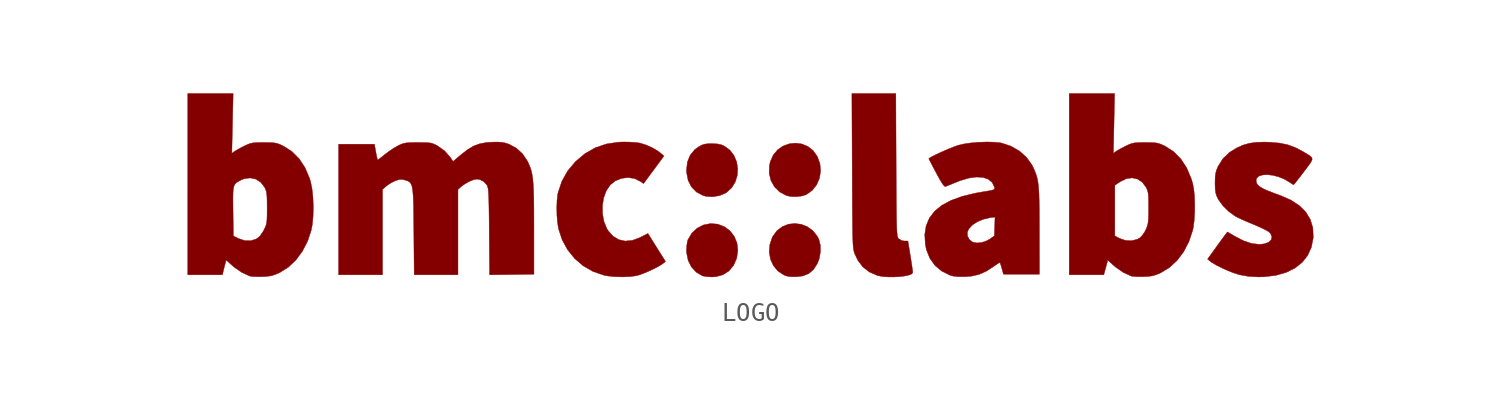
<source format=kicad_sym>
(kicad_symbol_lib
  (version 20220914)
  (generator bitmap2component)
  (symbol "LOGO"
    (pin_names
      (offset 1.016))
    (property "Reference" "#G"
      (at 0 4.289 0)
      (effects (font (size 1.27 1.27)) hide))
    (symbol "LOGO_0_0"
      (polyline (pts (xy -25.999 -4.844) (xy -25.769 -4.833) (xy -25.532 -4.801) (xy -25.319 -4.739) (xy -25.076 -4.636) (xy -25.045 -4.62) (xy -24.597 -4.338) (xy -24.195 -3.957) (xy -23.85 -3.492) (xy -23.574 -2.959) (xy -23.379 -2.372) (xy -23.321 -2.065) (xy -23.278 -1.613) (xy -23.267 -1.118) (xy -23.286 -0.621) (xy -23.335 -0.16) (xy -23.413 0.224) (xy -23.471 0.413) (xy -23.709 0.971) (xy -24.024 1.447) (xy -24.409 1.832) (xy -24.858 2.12) (xy -24.918 2.149) (xy -25.085 2.225) (xy -25.233 2.272) (xy -25.397 2.299) (xy -25.61 2.309) (xy -25.909 2.312) (xy -26.014 2.312) (xy -26.282 2.307) (xy -26.476 2.292) (xy -26.63 2.26) (xy -26.78 2.204) (xy -26.961 2.119) (xy -27.176 2.008) (xy -27.363 1.904) (xy -27.482 1.829) (xy -27.613 1.733) (xy -27.578 3.328) (xy -27.543 4.924) (xy -28.753 4.924) (xy -29.964 4.924) (xy -29.964 0.09) (xy -29.964 -0.665) (xy -27.554 -0.665) (xy -27.549 -0.377) (xy -27.532 -0.166) (xy -27.499 -0.016) (xy -27.447 0.091) (xy -27.37 0.169) (xy -27.266 0.235) (xy -27.129 0.307) (xy -26.951 0.379) (xy -26.631 0.422) (xy -26.33 0.357) (xy -26.069 0.19) (xy -25.868 -0.073) (xy -25.825 -0.159) (xy -25.782 -0.272) (xy -25.755 -0.405) (xy -25.739 -0.583) (xy -25.732 -0.832) (xy -25.73 -1.175) (xy -25.73 -1.277) (xy -25.732 -1.586) (xy -25.74 -1.809) (xy -25.758 -1.972) (xy -25.789 -2.102) (xy -25.839 -2.226) (xy -25.91 -2.369) (xy -25.95 -2.443) (xy -26.118 -2.685) (xy -26.3 -2.831) (xy -26.595 -2.927) (xy -26.928 -2.92) (xy -27.264 -2.807) (xy -27.532 -2.672) (xy -27.548 -1.357) (xy -27.552 -1.046) (xy -27.554 -0.665) (xy -29.964 -0.665) (xy -29.964 -4.744) (xy -29.039 -4.744) (xy -28.115 -4.744) (xy -28.075 -4.579) (xy -28.072 -4.564) (xy -28.027 -4.384) (xy -27.976 -4.186) (xy -27.916 -3.958) (xy -27.607 -4.235) (xy -27.485 -4.34) (xy -27.073 -4.624) (xy -26.661 -4.811) (xy -26.635 -4.818) (xy -26.48 -4.837) (xy -26.255 -4.846) (xy -25.999 -4.844)) (stroke (width 0.01) (type default)) (fill (type outline)))
      (polyline (pts (xy -6.381 -4.841) (xy -6.053 -4.798) (xy -5.934 -4.768) (xy -5.673 -4.676) (xy -5.373 -4.552) (xy -5.073 -4.411) (xy -4.812 -4.272) (xy -4.627 -4.151) (xy -4.481 -4.036) (xy -4.951 -3.287) (xy -5.42 -2.539) (xy -5.807 -2.741) (xy -5.849 -2.762) (xy -6.253 -2.91) (xy -6.632 -2.946) (xy -6.979 -2.869) (xy -7.286 -2.681) (xy -7.547 -2.385) (xy -7.612 -2.278) (xy -7.765 -1.903) (xy -7.842 -1.484) (xy -7.846 -1.052) (xy -7.777 -0.633) (xy -7.637 -0.256) (xy -7.428 0.05) (xy -7.16 0.263) (xy -6.83 0.399) (xy -6.477 0.442) (xy -6.129 0.388) (xy -5.815 0.233) (xy -5.654 0.119) (xy -5.109 0.855) (xy -4.565 1.591) (xy -4.759 1.759) (xy -4.873 1.846) (xy -5.168 2.023) (xy -5.505 2.175) (xy -5.831 2.278) (xy -5.891 2.29) (xy -6.107 2.315) (xy -6.38 2.333) (xy -6.667 2.34) (xy -6.997 2.33) (xy -7.645 2.231) (xy -8.237 2.027) (xy -8.781 1.715) (xy -9.283 1.293) (xy -9.299 1.277) (xy -9.706 0.787) (xy -10.012 0.237) (xy -10.211 -0.36) (xy -10.226 -0.43) (xy -10.266 -0.763) (xy -10.281 -1.159) (xy -10.272 -1.577) (xy -10.239 -1.973) (xy -10.183 -2.305) (xy -9.997 -2.872) (xy -9.706 -3.409) (xy -9.327 -3.878) (xy -8.871 -4.268) (xy -8.349 -4.568) (xy -7.77 -4.768) (xy -7.565 -4.807) (xy -7.188 -4.845) (xy -6.777 -4.857) (xy -6.381 -4.841)) (stroke (width 0.01) (type default)) (fill (type outline)))
      (polyline (pts (xy -1.799 -4.848) (xy -1.418 -4.745) (xy -1.099 -4.542) (xy -0.852 -4.247) (xy -0.686 -3.867) (xy -0.682 -3.853) (xy -0.623 -3.446) (xy -0.668 -3.058) (xy -0.808 -2.707) (xy -1.034 -2.408) (xy -1.335 -2.181) (xy -1.702 -2.043) (xy -2.077 -2.012) (xy -2.455 -2.086) (xy -2.795 -2.259) (xy -3.077 -2.523) (xy -3.282 -2.865) (xy -3.316 -2.981) (xy -3.349 -3.199) (xy -3.362 -3.436) (xy -3.357 -3.573) (xy -3.274 -3.977) (xy -3.1 -4.326) (xy -2.846 -4.605) (xy -2.52 -4.797) (xy -2.431 -4.821) (xy -2.237 -4.848) (xy -2.015 -4.86) (xy -1.799 -4.848)) (stroke (width 0.01) (type default)) (fill (type outline)))
      (polyline (pts (xy 2.84 -4.807) (xy 3.158 -4.682) (xy 3.411 -4.466) (xy 3.618 -4.147) (xy 3.72 -3.879) (xy 3.781 -3.523) (xy 3.777 -3.169) (xy 3.702 -2.865) (xy 3.614 -2.689) (xy 3.382 -2.396) (xy 3.093 -2.184) (xy 2.766 -2.054) (xy 2.421 -2.008) (xy 2.076 -2.047) (xy 1.753 -2.173) (xy 1.469 -2.387) (xy 1.244 -2.69) (xy 1.208 -2.761) (xy 1.079 -3.148) (xy 1.051 -3.54) (xy 1.118 -3.917) (xy 1.274 -4.259) (xy 1.514 -4.545) (xy 1.831 -4.755) (xy 1.994 -4.815) (xy 2.212 -4.849) (xy 2.503 -4.85) (xy 2.84 -4.807)) (stroke (width 0.01) (type default)) (fill (type outline)))
      (polyline (pts (xy 7.996 -4.844) (xy 8.272 -4.81) (xy 8.498 -4.762) (xy 8.651 -4.7) (xy 8.708 -4.628) (xy 8.708 -4.618) (xy 8.695 -4.505) (xy 8.667 -4.304) (xy 8.627 -4.04) (xy 8.579 -3.738) (xy 8.448 -2.942) (xy 8.257 -2.942) (xy 8.119 -2.921) (xy 7.951 -2.816) (xy 7.946 -2.811) (xy 7.923 -2.78) (xy 7.904 -2.736) (xy 7.888 -2.672) (xy 7.874 -2.577) (xy 7.863 -2.443) (xy 7.853 -2.261) (xy 7.846 -2.022) (xy 7.84 -1.717) (xy 7.835 -1.336) (xy 7.83 -0.872) (xy 7.827 -0.314) (xy 7.823 0.346) (xy 7.82 1.117) (xy 7.803 4.924) (xy 6.632 4.924) (xy 5.46 4.924) (xy 5.477 0.796) (xy 5.479 0.494) (xy 5.482 -0.269) (xy 5.485 -0.924) (xy 5.488 -1.481) (xy 5.492 -1.947) (xy 5.497 -2.333) (xy 5.503 -2.647) (xy 5.511 -2.899) (xy 5.52 -3.097) (xy 5.531 -3.251) (xy 5.545 -3.369) (xy 5.561 -3.461) (xy 5.581 -3.535) (xy 5.604 -3.601) (xy 5.63 -3.668) (xy 5.779 -3.976) (xy 6.047 -4.329) (xy 6.389 -4.594) (xy 6.815 -4.78) (xy 6.864 -4.794) (xy 7.104 -4.838) (xy 7.389 -4.859) (xy 7.694 -4.861) (xy 7.996 -4.844)) (stroke (width 0.01) (type default)) (fill (type outline)))
      (polyline (pts (xy 11.857 -4.816) (xy 12.257 -4.721) (xy 12.638 -4.549) (xy 13.04 -4.287) (xy 13.18 -4.188) (xy 13.302 -4.112) (xy 13.357 -4.091) (xy 13.37 -4.121) (xy 13.41 -4.24) (xy 13.461 -4.413) (xy 13.545 -4.714) (xy 14.503 -4.714) (xy 15.462 -4.714) (xy 15.46 -2.372) (xy 15.459 -1.854) (xy 15.457 -1.299) (xy 15.45 -0.84) (xy 15.44 -0.463) (xy 15.423 -0.155) (xy 15.399 0.097) (xy 15.366 0.308) (xy 15.322 0.491) (xy 15.268 0.659) (xy 15.201 0.826) (xy 15.119 1.005) (xy 15.05 1.138) (xy 14.761 1.533) (xy 14.385 1.864) (xy 13.939 2.119) (xy 13.442 2.283) (xy 13.383 2.295) (xy 13.065 2.329) (xy 12.675 2.339) (xy 12.251 2.325) (xy 11.829 2.291) (xy 11.446 2.236) (xy 11.139 2.165) (xy 10.953 2.101) (xy 10.709 2.006) (xy 10.443 1.894) (xy 10.177 1.776) (xy 9.934 1.662) (xy 9.735 1.562) (xy 9.603 1.486) (xy 9.561 1.444) (xy 9.566 1.435) (xy 9.614 1.343) (xy 9.704 1.172) (xy 9.825 0.941) (xy 9.968 0.671) (xy 10.019 0.575) (xy 10.182 0.283) (xy 10.303 0.09) (xy 10.39 -0.014) (xy 10.448 -0.037) (xy 10.487 -0.023) (xy 10.628 0.032) (xy 10.833 0.115) (xy 11.075 0.214) (xy 11.256 0.284) (xy 11.708 0.416) (xy 12.113 0.47) (xy 12.46 0.447) (xy 12.74 0.35) (xy 12.943 0.18) (xy 13.059 -0.063) (xy 13.071 -0.121) (xy 13.063 -0.17) (xy 13.013 -0.208) (xy 12.902 -0.24) (xy 12.71 -0.277) (xy 12.418 -0.324) (xy 12.051 -0.389) (xy 11.344 -0.56) (xy 10.746 -0.777) (xy 10.257 -1.04) (xy 9.874 -1.352) (xy 9.596 -1.714) (xy 9.421 -2.126) (xy 9.367 -2.473) (xy 11.617 -2.473) (xy 11.696 -2.295) (xy 11.882 -2.095) (xy 12.146 -1.92) (xy 12.466 -1.784) (xy 12.817 -1.702) (xy 13.095 -1.664) (xy 13.078 -2.166) (xy 13.06 -2.667) (xy 12.812 -2.841) (xy 12.684 -2.917) (xy 12.412 -3.016) (xy 12.138 -3.048) (xy 11.908 -3.005) (xy 11.905 -3.004) (xy 11.731 -2.872) (xy 11.627 -2.681) (xy 11.617 -2.473) (xy 9.367 -2.473) (xy 9.348 -2.591) (xy 9.375 -3.11) (xy 9.434 -3.404) (xy 9.614 -3.859) (xy 9.888 -4.243) (xy 10.249 -4.548) (xy 10.694 -4.769) (xy 10.867 -4.816) (xy 11.14 -4.846) (xy 11.499 -4.846) (xy 11.857 -4.816)) (stroke (width 0.01) (type default)) (fill (type outline)))
      (polyline (pts (xy 21.018 -4.844) (xy 21.248 -4.833) (xy 21.485 -4.801) (xy 21.698 -4.739) (xy 21.941 -4.636) (xy 21.944 -4.634) (xy 22.403 -4.354) (xy 22.812 -3.974) (xy 23.161 -3.508) (xy 23.44 -2.969) (xy 23.638 -2.37) (xy 23.669 -2.227) (xy 23.716 -1.865) (xy 23.742 -1.444) (xy 23.748 -0.999) (xy 23.733 -0.567) (xy 23.697 -0.182) (xy 23.64 0.12) (xy 23.56 0.385) (xy 23.316 0.96) (xy 23 1.442) (xy 22.616 1.829) (xy 22.164 2.118) (xy 22.101 2.148) (xy 21.932 2.224) (xy 21.783 2.272) (xy 21.62 2.299) (xy 21.406 2.31) (xy 21.108 2.312) (xy 21.003 2.312) (xy 20.735 2.307) (xy 20.541 2.292) (xy 20.387 2.26) (xy 20.237 2.204) (xy 20.056 2.119) (xy 20.056 2.119) (xy 19.841 2.008) (xy 19.655 1.905) (xy 19.536 1.83) (xy 19.407 1.734) (xy 19.44 3.329) (xy 19.473 4.924) (xy 18.263 4.924) (xy 17.053 4.924) (xy 17.053 0.09) (xy 17.053 0.03) (xy 19.485 0.03) (xy 19.777 0.225) (xy 20.087 0.377) (xy 20.401 0.425) (xy 20.692 0.363) (xy 20.947 0.196) (xy 21.149 -0.073) (xy 21.192 -0.157) (xy 21.234 -0.27) (xy 21.262 -0.403) (xy 21.278 -0.581) (xy 21.285 -0.828) (xy 21.287 -1.171) (xy 21.286 -1.413) (xy 21.28 -1.693) (xy 21.267 -1.898) (xy 21.242 -2.054) (xy 21.202 -2.189) (xy 21.143 -2.329) (xy 21.078 -2.455) (xy 20.947 -2.646) (xy 20.819 -2.775) (xy 20.678 -2.853) (xy 20.381 -2.926) (xy 20.061 -2.913) (xy 19.756 -2.811) (xy 19.485 -2.672) (xy 19.485 -1.321) (xy 19.485 0.03) (xy 17.053 0.03) (xy 17.053 -4.744) (xy 17.975 -4.744) (xy 18.897 -4.744) (xy 19.003 -4.354) (xy 19.108 -3.964) (xy 19.414 -4.239) (xy 19.537 -4.344) (xy 19.946 -4.625) (xy 20.356 -4.811) (xy 20.382 -4.818) (xy 20.537 -4.837) (xy 20.762 -4.846) (xy 21.018 -4.844)) (stroke (width 0.01) (type default)) (fill (type outline)))
      (polyline (pts (xy 27.461 -4.851) (xy 28.082 -4.774) (xy 28.629 -4.617) (xy 29.096 -4.385) (xy 29.479 -4.082) (xy 29.771 -3.712) (xy 29.968 -3.277) (xy 30.064 -2.783) (xy 30.068 -2.735) (xy 30.046 -2.242) (xy 29.913 -1.797) (xy 29.672 -1.4) (xy 29.323 -1.052) (xy 28.867 -0.755) (xy 28.305 -0.511) (xy 27.988 -0.396) (xy 27.638 -0.26) (xy 27.381 -0.144) (xy 27.204 -0.038) (xy 27.094 0.064) (xy 27.037 0.172) (xy 27.021 0.293) (xy 27.054 0.414) (xy 27.177 0.522) (xy 27.375 0.582) (xy 27.628 0.595) (xy 27.918 0.561) (xy 28.223 0.481) (xy 28.527 0.357) (xy 28.808 0.19) (xy 28.838 0.169) (xy 28.957 0.091) (xy 29.02 0.06) (xy 29.03 0.068) (xy 29.1 0.148) (xy 29.222 0.301) (xy 29.384 0.509) (xy 29.571 0.755) (xy 29.638 0.845) (xy 29.828 1.097) (xy 29.951 1.275) (xy 30.008 1.401) (xy 29.997 1.496) (xy 29.918 1.581) (xy 29.772 1.677) (xy 29.558 1.805) (xy 29.139 2.03) (xy 28.719 2.187) (xy 28.266 2.282) (xy 27.74 2.327) (xy 27.462 2.335) (xy 27.029 2.322) (xy 26.662 2.27) (xy 26.328 2.174) (xy 25.993 2.028) (xy 25.6 1.785) (xy 25.247 1.444) (xy 24.988 1.03) (xy 24.983 1.018) (xy 24.904 0.828) (xy 24.858 0.649) (xy 24.835 0.438) (xy 24.83 0.15) (xy 24.83 0.082) (xy 24.838 -0.178) (xy 24.862 -0.367) (xy 24.91 -0.525) (xy 24.99 -0.693) (xy 25.02 -0.748) (xy 25.249 -1.06) (xy 25.551 -1.36) (xy 25.893 -1.611) (xy 25.899 -1.615) (xy 26.047 -1.692) (xy 26.274 -1.799) (xy 26.552 -1.921) (xy 26.85 -2.045) (xy 26.884 -2.059) (xy 27.169 -2.181) (xy 27.422 -2.3) (xy 27.616 -2.401) (xy 27.723 -2.473) (xy 27.798 -2.558) (xy 27.863 -2.725) (xy 27.824 -2.879) (xy 27.692 -3.005) (xy 27.479 -3.091) (xy 27.196 -3.123) (xy 26.786 -3.075) (xy 26.34 -2.926) (xy 25.855 -2.672) (xy 25.852 -2.67) (xy 25.675 -2.565) (xy 25.545 -2.49) (xy 25.49 -2.462) (xy 25.48 -2.473) (xy 25.413 -2.559) (xy 25.294 -2.717) (xy 25.137 -2.932) (xy 24.953 -3.185) (xy 24.431 -3.908) (xy 24.57 -4.024) (xy 24.664 -4.092) (xy 24.899 -4.231) (xy 25.196 -4.381) (xy 25.521 -4.526) (xy 25.84 -4.651) (xy 26.121 -4.739) (xy 26.125 -4.741) (xy 26.605 -4.828) (xy 27.141 -4.859) (xy 27.461 -4.851)) (stroke (width 0.01) (type default)) (fill (type outline)))
      (polyline (pts (xy -12.682 -4.73) (xy -11.499 -4.714) (xy -11.499 -2.282) (xy -11.5 -1.758) (xy -11.502 -1.168) (xy -11.508 -0.675) (xy -11.519 -0.268) (xy -11.535 0.066) (xy -11.558 0.341) (xy -11.589 0.568) (xy -11.629 0.761) (xy -11.679 0.931) (xy -11.741 1.093) (xy -11.815 1.257) (xy -11.843 1.315) (xy -12.102 1.703) (xy -12.435 2.01) (xy -12.826 2.22) (xy -12.847 2.228) (xy -13.043 2.291) (xy -13.23 2.325) (xy -13.452 2.337) (xy -13.751 2.33) (xy -14.033 2.31) (xy -14.396 2.243) (xy -14.723 2.12) (xy -15.046 1.927) (xy -15.402 1.649) (xy -15.814 1.3) (xy -15.908 1.444) (xy -15.963 1.524) (xy -16.269 1.871) (xy -16.644 2.135) (xy -16.738 2.186) (xy -16.866 2.245) (xy -16.995 2.282) (xy -17.154 2.302) (xy -17.374 2.31) (xy -17.684 2.312) (xy -17.815 2.312) (xy -18.093 2.307) (xy -18.293 2.293) (xy -18.446 2.266) (xy -18.583 2.219) (xy -18.735 2.149) (xy -18.952 2.025) (xy -19.204 1.858) (xy -19.437 1.683) (xy -19.487 1.643) (xy -19.655 1.51) (xy -19.778 1.416) (xy -19.833 1.381) (xy -19.834 1.382) (xy -19.857 1.446) (xy -19.892 1.595) (xy -19.931 1.801) (xy -20.007 2.222) (xy -20.962 2.222) (xy -21.917 2.222) (xy -21.917 -1.261) (xy -21.917 -4.744) (xy -20.746 -4.744) (xy -19.575 -4.744) (xy -19.575 -2.468) (xy -19.575 -0.193) (xy -19.372 -0.014) (xy -19.317 0.03) (xy -19.108 0.166) (xy -18.889 0.272) (xy -18.699 0.333) (xy -18.545 0.345) (xy -18.373 0.307) (xy -18.327 0.293) (xy -18.228 0.258) (xy -18.146 0.213) (xy -18.081 0.148) (xy -18.029 0.051) (xy -17.99 -0.089) (xy -17.961 -0.283) (xy -17.94 -0.542) (xy -17.927 -0.876) (xy -17.917 -1.298) (xy -17.911 -1.818) (xy -17.905 -2.447) (xy -17.886 -4.744) (xy -16.719 -4.744) (xy -15.552 -4.744) (xy -15.552 -2.467) (xy -15.552 -0.191) (xy -15.357 -0.026) (xy -15.206 0.086) (xy -14.968 0.223) (xy -14.735 0.321) (xy -14.549 0.359) (xy -14.4 0.34) (xy -14.17 0.227) (xy -14.002 0.033) (xy -13.995 0.021) (xy -13.97 -0.043) (xy -13.949 -0.132) (xy -13.933 -0.257) (xy -13.919 -0.431) (xy -13.909 -0.665) (xy -13.901 -0.973) (xy -13.894 -1.364) (xy -13.888 -1.852) (xy -13.883 -2.448) (xy -13.866 -4.746) (xy -12.682 -4.73)) (stroke (width 0.01) (type default)) (fill (type outline)))
      (polyline (pts (xy -1.603 -0.522) (xy -1.29 -0.393) (xy -1.219 -0.348) (xy -0.947 -0.099) (xy -0.759 0.211) (xy -0.653 0.559) (xy -0.63 0.924) (xy -0.689 1.284) (xy -0.829 1.619) (xy -1.05 1.907) (xy -1.351 2.126) (xy -1.489 2.186) (xy -1.717 2.237) (xy -2.016 2.252) (xy -2.197 2.248) (xy -2.392 2.226) (xy -2.554 2.171) (xy -2.734 2.071) (xy -2.921 1.933) (xy -3.164 1.638) (xy -3.312 1.275) (xy -3.361 0.849) (xy -3.356 0.704) (xy -3.274 0.29) (xy -3.098 -0.056) (xy -2.832 -0.328) (xy -2.481 -0.517) (xy -2.3 -0.565) (xy -1.956 -0.581) (xy -1.603 -0.522)) (stroke (width 0.01) (type default)) (fill (type outline)))
      (polyline (pts (xy 2.804 -0.54) (xy 3.039 -0.463) (xy 3.348 -0.24) (xy 3.582 0.058) (xy 3.732 0.41) (xy 3.791 0.793) (xy 3.755 1.187) (xy 3.615 1.568) (xy 3.61 1.578) (xy 3.387 1.886) (xy 3.106 2.104) (xy 2.786 2.235) (xy 2.446 2.279) (xy 2.106 2.24) (xy 1.782 2.12) (xy 1.496 1.92) (xy 1.265 1.642) (xy 1.108 1.29) (xy 1.06 1.072) (xy 1.049 0.661) (xy 1.143 0.281) (xy 1.332 -0.054) (xy 1.609 -0.326) (xy 1.966 -0.518) (xy 2.212 -0.571) (xy 2.51 -0.577) (xy 2.804 -0.54)) (stroke (width 0.01) (type default)) (fill (type outline))))))
</source>
